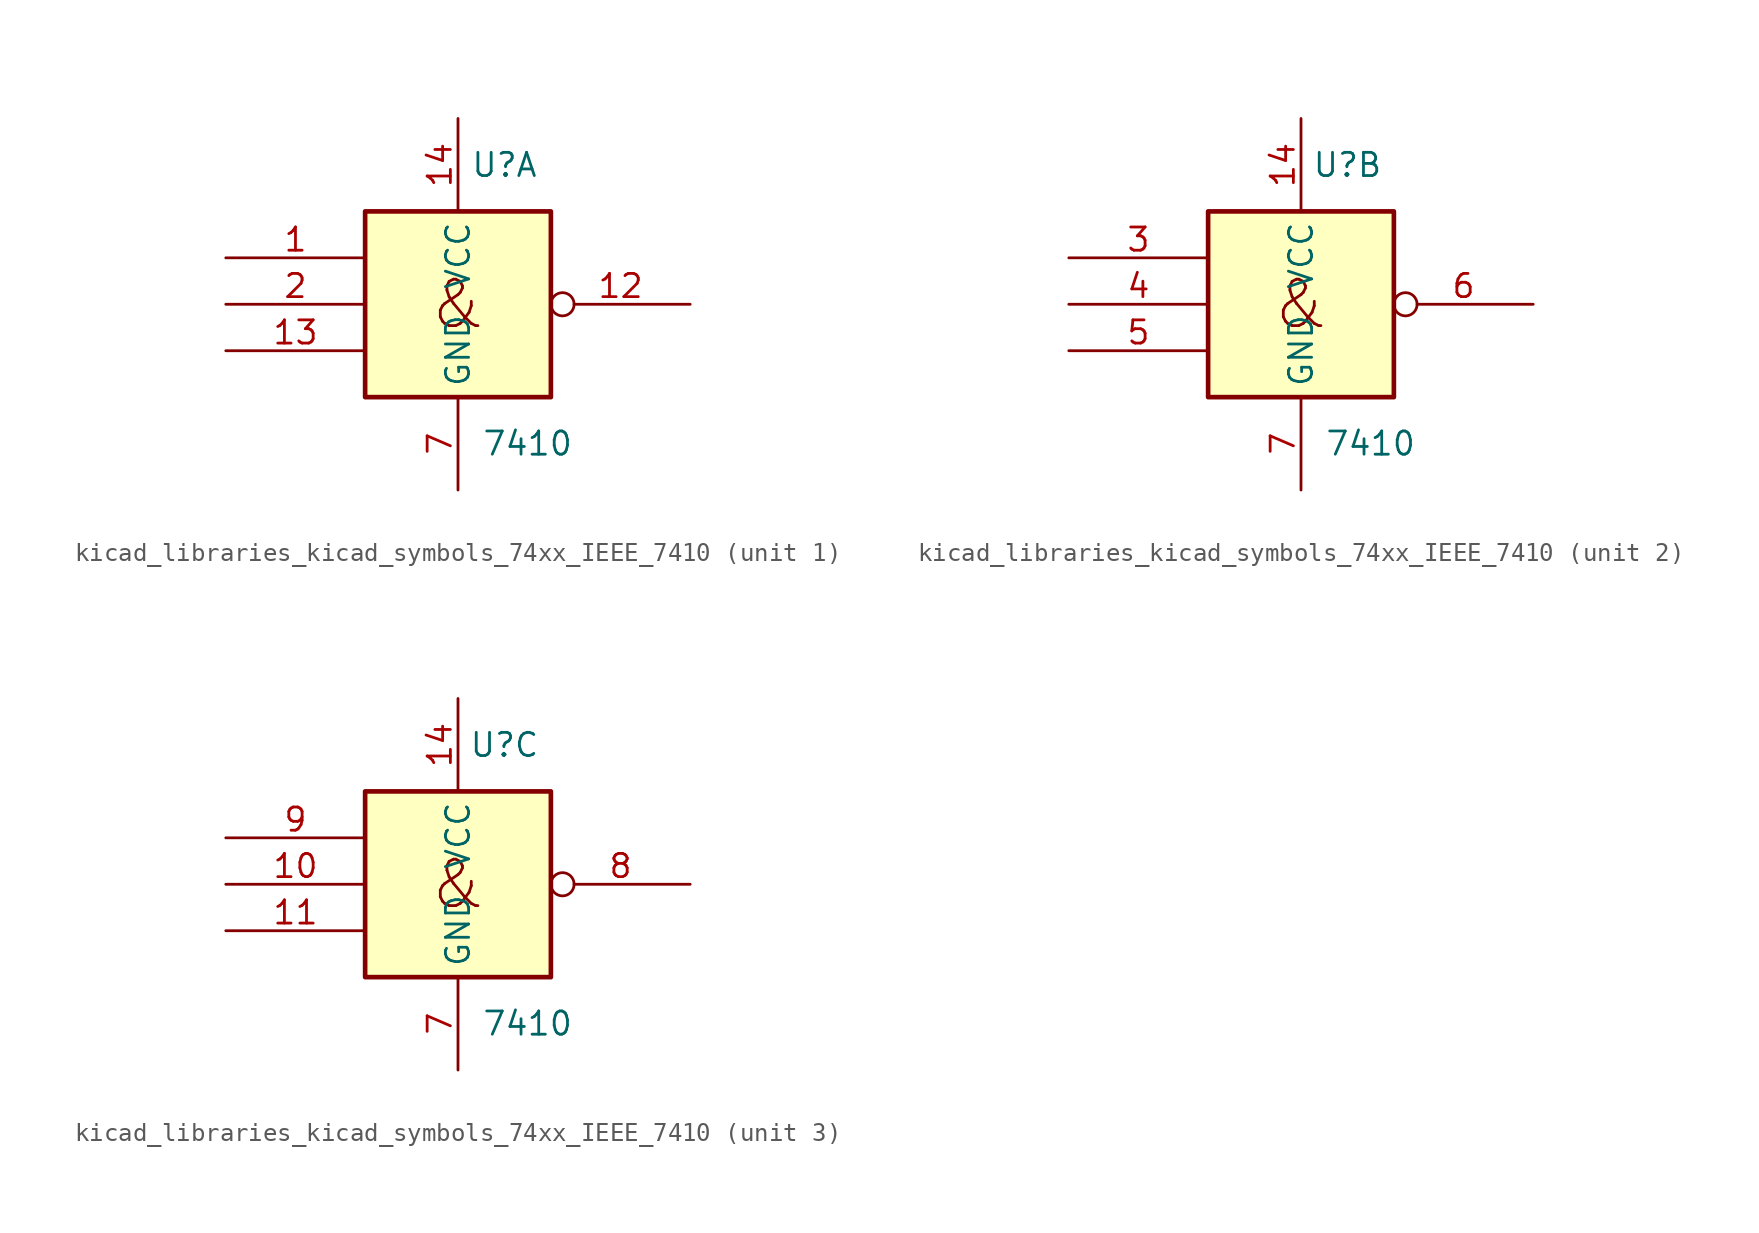
<source format=kicad_sym>
(kicad_symbol_lib
  (version 20220914)
  (generator kicad_symbol_editor)
  (symbol "kicad_libraries_kicad_symbols_74xx_IEEE_7410"
    (property "Reference" "U"
      (at 2.54 7.62 0)
      (effects (font (size 1.27 1.27))))
    (property "Value" "7410"
      (at 3.81 -7.62 0)
      (effects (font (size 1.27 1.27))))
    (symbol "kicad_libraries_kicad_symbols_74xx_IEEE_7410_0_0"
      (text "&" (at 0 0 0) (effects (font (size 2.54 2.54)))))
    (symbol "kicad_libraries_kicad_symbols_74xx_IEEE_7410_0_1"
      (rectangle (start -5.08 5.08) (end 5.08 -5.08) (stroke (width 0.254) (type default)) (fill (type background)))
      (pin power_in line (at 0 10.16 270) (length 5.08) (name "VCC" (effects (font (size 1.27 1.27)))) (number "14" (effects (font (size 1.27 1.27)))))
      (pin power_in line (at 0 -10.16 90) (length 5.08) (name "GND" (effects (font (size 1.27 1.27)))) (number "7" (effects (font (size 1.27 1.27))))))
    (symbol "kicad_libraries_kicad_symbols_74xx_IEEE_7410_1_1"
      (pin input line (at -12.7 2.54 0) (length 7.62) (name "~" (effects (font (size 1.27 1.27)))) (number "1" (effects (font (size 1.27 1.27)))))
      (pin output inverted (at 12.7 0 180) (length 7.62) (name "~" (effects (font (size 1.27 1.27)))) (number "12" (effects (font (size 1.27 1.27)))))
      (pin input line (at -12.7 -2.54 0) (length 7.62) (name "~" (effects (font (size 1.27 1.27)))) (number "13" (effects (font (size 1.27 1.27)))))
      (pin input line (at -12.7 0 0) (length 7.62) (name "~" (effects (font (size 1.27 1.27)))) (number "2" (effects (font (size 1.27 1.27))))))
    (symbol "kicad_libraries_kicad_symbols_74xx_IEEE_7410_2_1"
      (pin input line (at -12.7 2.54 0) (length 7.62) (name "~" (effects (font (size 1.27 1.27)))) (number "3" (effects (font (size 1.27 1.27)))))
      (pin input line (at -12.7 0 0) (length 7.62) (name "~" (effects (font (size 1.27 1.27)))) (number "4" (effects (font (size 1.27 1.27)))))
      (pin input line (at -12.7 -2.54 0) (length 7.62) (name "~" (effects (font (size 1.27 1.27)))) (number "5" (effects (font (size 1.27 1.27)))))
      (pin output inverted (at 12.7 0 180) (length 7.62) (name "~" (effects (font (size 1.27 1.27)))) (number "6" (effects (font (size 1.27 1.27))))))
    (symbol "kicad_libraries_kicad_symbols_74xx_IEEE_7410_3_1"
      (pin input line (at -12.7 0 0) (length 7.62) (name "~" (effects (font (size 1.27 1.27)))) (number "10" (effects (font (size 1.27 1.27)))))
      (pin input line (at -12.7 -2.54 0) (length 7.62) (name "~" (effects (font (size 1.27 1.27)))) (number "11" (effects (font (size 1.27 1.27)))))
      (pin output inverted (at 12.7 0 180) (length 7.62) (name "~" (effects (font (size 1.27 1.27)))) (number "8" (effects (font (size 1.27 1.27)))))
      (pin input line (at -12.7 2.54 0) (length 7.62) (name "~" (effects (font (size 1.27 1.27)))) (number "9" (effects (font (size 1.27 1.27))))))))
</source>
